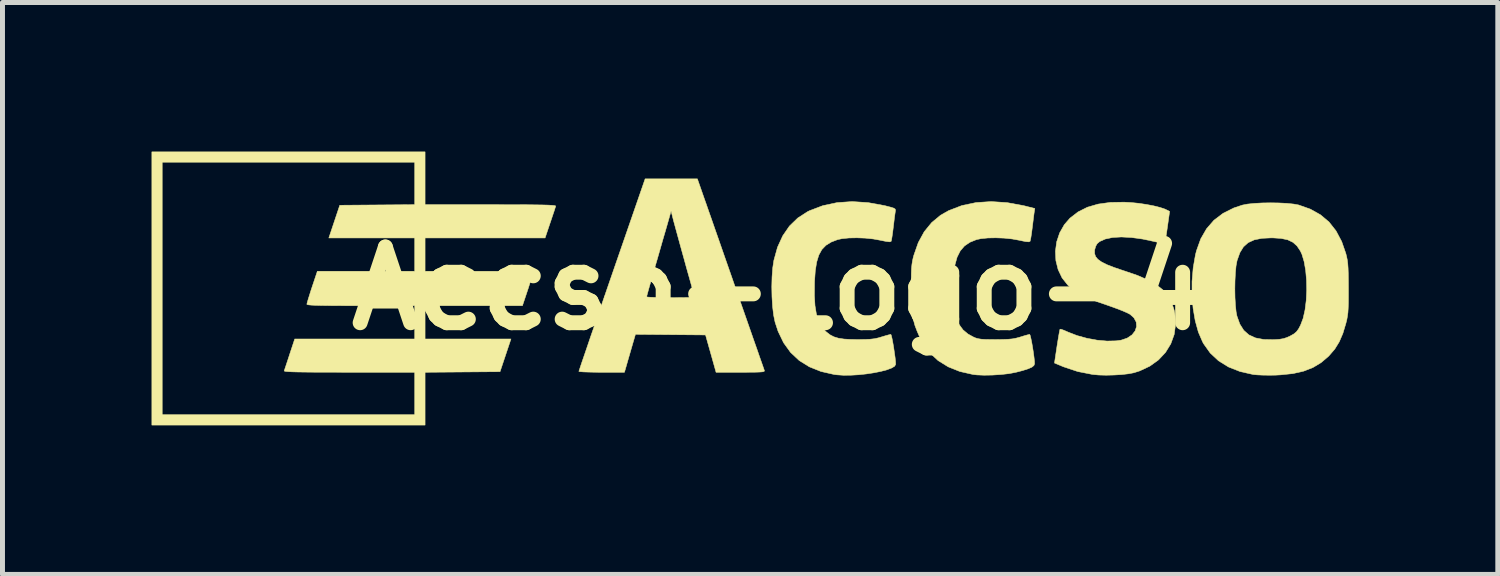
<source format=kicad_pcb>
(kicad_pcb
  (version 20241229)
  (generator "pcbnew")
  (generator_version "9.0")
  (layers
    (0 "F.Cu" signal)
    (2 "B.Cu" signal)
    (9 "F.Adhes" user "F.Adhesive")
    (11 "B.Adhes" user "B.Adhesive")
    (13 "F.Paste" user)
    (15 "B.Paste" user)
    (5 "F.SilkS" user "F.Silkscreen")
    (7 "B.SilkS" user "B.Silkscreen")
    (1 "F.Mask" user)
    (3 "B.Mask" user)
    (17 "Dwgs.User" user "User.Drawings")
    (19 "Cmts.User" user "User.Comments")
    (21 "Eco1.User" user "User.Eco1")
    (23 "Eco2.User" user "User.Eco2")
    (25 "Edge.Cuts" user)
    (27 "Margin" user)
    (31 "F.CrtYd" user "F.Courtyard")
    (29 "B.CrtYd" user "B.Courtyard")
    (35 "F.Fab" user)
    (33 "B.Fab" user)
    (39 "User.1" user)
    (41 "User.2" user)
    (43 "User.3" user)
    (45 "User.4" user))
  (footprint "Accso-Logo-4"
    (layer "F.Cu")
    (at 12.613 2.753)
    (property "Reference" "Accso-Logo-4" (at 0 0 0) (layer "F.SilkS") (effects (font (size 1.524 1.524) (thickness 0.3))))
    (attr through_hole)
    (fp_poly (pts (xy -7.112 -1.686) (xy -5.794 -1.686) (xy -5.504 -1.685) (xy -5.257 -1.685) (xy -5.05 -1.684) (xy -4.881 -1.682) (xy -4.746 -1.68) (xy -4.642 -1.677) (xy -4.567 -1.673) (xy -4.518 -1.669) (xy -4.491 -1.663) (xy -4.484 -1.657) (xy -4.494 -1.625) (xy -4.515 -1.559) (xy -4.546 -1.467) (xy -4.583 -1.357) (xy -4.595 -1.322) (xy -4.698 -1.016) (xy -7.112 -1.016) (xy -7.112 -0.346) (xy -6.027 -0.346) (xy -5.764 -0.346) (xy -5.545 -0.345) (xy -5.365 -0.344) (xy -5.222 -0.342) (xy -5.112 -0.339) (xy -5.032 -0.335) (xy -4.979 -0.33) (xy -4.95 -0.324) (xy -4.941 -0.318) (xy -4.948 -0.286) (xy -4.968 -0.22) (xy -4.997 -0.127) (xy -5.032 -0.016) (xy -5.047 0.029) (xy -5.153 0.346) (xy -7.112 0.346) (xy -7.112 1.016) (xy -5.384 1.016) (xy -5.494 1.345) (xy -5.604 1.674) (xy -7.112 1.686) (xy -7.112 2.748) (xy -12.608 2.748) (xy -12.608 -2.54) (xy -12.4 -2.54) (xy -12.4 2.54) (xy -7.32 2.54) (xy -7.32 1.686) (xy -8.638 1.686) (xy -8.929 1.685) (xy -9.175 1.685) (xy -9.382 1.684) (xy -9.551 1.682) (xy -9.686 1.68) (xy -9.789 1.677) (xy -9.864 1.673) (xy -9.913 1.669) (xy -9.94 1.663) (xy -9.946 1.657) (xy -9.946 1.657) (xy -9.935 1.625) (xy -9.913 1.559) (xy -9.882 1.466) (xy -9.846 1.356) (xy -9.835 1.322) (xy -9.734 1.016) (xy -7.32 1.016) (xy -7.32 0.346) (xy -8.405 0.346) (xy -8.668 0.346) (xy -8.887 0.345) (xy -9.067 0.344) (xy -9.21 0.342) (xy -9.32 0.339) (xy -9.4 0.335) (xy -9.453 0.33) (xy -9.482 0.324) (xy -9.49 0.318) (xy -9.483 0.286) (xy -9.464 0.22) (xy -9.435 0.127) (xy -9.4 0.016) (xy -9.385 -0.029) (xy -9.279 -0.346) (xy -7.32 -0.346) (xy -7.32 -1.016) (xy -9.048 -1.016) (xy -8.938 -1.345) (xy -8.828 -1.674) (xy -8.074 -1.68) (xy -7.32 -1.686) (xy -7.32 -2.54) (xy -12.4 -2.54) (xy -12.608 -2.54) (xy -12.608 -2.748) (xy -7.112 -2.748) (xy -7.112 -1.686)) (stroke (width 0.01) (type solid)) (fill yes) (layer "F.SilkS"))
    (fp_poly (pts (xy 1.801 -1.727) (xy 2.135 -1.666) (xy 2.166 -1.658) (xy 2.259 -1.634) (xy 2.316 -1.616) (xy 2.344 -1.598) (xy 2.352 -1.577) (xy 2.348 -1.549) (xy 2.341 -1.502) (xy 2.33 -1.422) (xy 2.318 -1.32) (xy 2.307 -1.23) (xy 2.294 -1.124) (xy 2.281 -1.035) (xy 2.27 -0.972) (xy 2.263 -0.947) (xy 2.234 -0.938) (xy 2.165 -0.946) (xy 2.055 -0.968) (xy 2.047 -0.97) (xy 1.904 -0.996) (xy 1.742 -1.013) (xy 1.575 -1.019) (xy 1.415 -1.016) (xy 1.276 -1.002) (xy 1.187 -0.983) (xy 1.057 -0.933) (xy 0.952 -0.868) (xy 0.87 -0.783) (xy 0.809 -0.672) (xy 0.766 -0.532) (xy 0.738 -0.357) (xy 0.723 -0.142) (xy 0.722 -0.099) (xy 0.72 0.144) (xy 0.732 0.346) (xy 0.76 0.514) (xy 0.803 0.652) (xy 0.864 0.765) (xy 0.943 0.859) (xy 0.961 0.875) (xy 1.034 0.932) (xy 1.113 0.973) (xy 1.205 1.001) (xy 1.319 1.018) (xy 1.465 1.026) (xy 1.593 1.027) (xy 1.734 1.026) (xy 1.841 1.021) (xy 1.928 1.011) (xy 2.006 0.994) (xy 2.07 0.975) (xy 2.153 0.95) (xy 2.219 0.932) (xy 2.256 0.924) (xy 2.258 0.924) (xy 2.267 0.945) (xy 2.281 1.002) (xy 2.297 1.084) (xy 2.314 1.182) (xy 2.329 1.286) (xy 2.343 1.385) (xy 2.352 1.468) (xy 2.355 1.527) (xy 2.355 1.527) (xy 2.333 1.565) (xy 2.272 1.601) (xy 2.178 1.636) (xy 2.058 1.668) (xy 1.918 1.696) (xy 1.767 1.719) (xy 1.609 1.736) (xy 1.453 1.745) (xy 1.304 1.746) (xy 1.17 1.737) (xy 1.121 1.731) (xy 0.853 1.67) (xy 0.618 1.576) (xy 0.414 1.449) (xy 0.242 1.288) (xy 0.101 1.093) (xy -0.01 0.863) (xy -0.071 0.678) (xy -0.1 0.537) (xy -0.121 0.364) (xy -0.133 0.169) (xy -0.137 -0.034) (xy -0.132 -0.232) (xy -0.118 -0.415) (xy -0.095 -0.566) (xy -0.022 -0.829) (xy 0.083 -1.059) (xy 0.218 -1.255) (xy 0.385 -1.417) (xy 0.583 -1.545) (xy 0.624 -1.565) (xy 0.89 -1.666) (xy 1.176 -1.727) (xy 1.48 -1.748) (xy 1.801 -1.727)) (stroke (width 0.01) (type solid)) (fill yes) (layer "F.SilkS"))
    (fp_poly (pts (xy 4.597 -1.727) (xy 4.933 -1.665) (xy 4.961 -1.658) (xy 5.154 -1.609) (xy 5.141 -1.526) (xy 5.133 -1.467) (xy 5.122 -1.377) (xy 5.109 -1.271) (xy 5.101 -1.208) (xy 5.088 -1.107) (xy 5.075 -1.023) (xy 5.063 -0.965) (xy 5.058 -0.948) (xy 5.032 -0.938) (xy 4.971 -0.943) (xy 4.872 -0.963) (xy 4.841 -0.97) (xy 4.698 -0.996) (xy 4.536 -1.013) (xy 4.369 -1.019) (xy 4.209 -1.016) (xy 4.07 -1.002) (xy 3.981 -0.983) (xy 3.847 -0.929) (xy 3.739 -0.855) (xy 3.654 -0.756) (xy 3.59 -0.628) (xy 3.546 -0.469) (xy 3.52 -0.274) (xy 3.511 -0.039) (xy 3.511 0) (xy 3.517 0.237) (xy 3.539 0.434) (xy 3.577 0.597) (xy 3.633 0.728) (xy 3.71 0.833) (xy 3.809 0.916) (xy 3.914 0.974) (xy 3.964 0.996) (xy 4.014 1.01) (xy 4.073 1.02) (xy 4.151 1.025) (xy 4.258 1.027) (xy 4.364 1.028) (xy 4.507 1.026) (xy 4.616 1.022) (xy 4.702 1.014) (xy 4.776 1) (xy 4.851 0.98) (xy 4.864 0.976) (xy 4.947 0.95) (xy 5.013 0.932) (xy 5.049 0.924) (xy 5.051 0.924) (xy 5.061 0.945) (xy 5.075 1.002) (xy 5.092 1.084) (xy 5.109 1.182) (xy 5.125 1.284) (xy 5.138 1.382) (xy 5.147 1.464) (xy 5.149 1.516) (xy 5.136 1.55) (xy 5.095 1.583) (xy 5.02 1.616) (xy 4.907 1.652) (xy 4.771 1.687) (xy 4.636 1.713) (xy 4.475 1.731) (xy 4.303 1.742) (xy 4.135 1.745) (xy 3.988 1.739) (xy 3.915 1.731) (xy 3.646 1.67) (xy 3.411 1.576) (xy 3.208 1.45) (xy 3.038 1.292) (xy 2.9 1.101) (xy 2.842 0.988) (xy 2.786 0.859) (xy 2.742 0.743) (xy 2.711 0.627) (xy 2.689 0.505) (xy 2.676 0.365) (xy 2.669 0.199) (xy 2.667 -0.004) (xy 2.667 -0.012) (xy 2.668 -0.176) (xy 2.67 -0.303) (xy 2.674 -0.402) (xy 2.682 -0.483) (xy 2.693 -0.553) (xy 2.708 -0.622) (xy 2.721 -0.669) (xy 2.81 -0.923) (xy 2.929 -1.141) (xy 3.079 -1.325) (xy 3.259 -1.474) (xy 3.421 -1.566) (xy 3.687 -1.668) (xy 3.972 -1.728) (xy 4.276 -1.748) (xy 4.597 -1.727)) (stroke (width 0.01) (type solid)) (fill yes) (layer "F.SilkS"))
    (fp_poly (pts (xy -1.489 -1.79) (xy -1.455 -1.695) (xy -1.409 -1.562) (xy -1.35 -1.395) (xy -1.282 -1.199) (xy -1.205 -0.98) (xy -1.122 -0.741) (xy -1.034 -0.489) (xy -0.943 -0.229) (xy -0.851 0.036) (xy -0.822 0.118) (xy -0.734 0.37) (xy -0.65 0.61) (xy -0.572 0.833) (xy -0.501 1.037) (xy -0.437 1.218) (xy -0.384 1.372) (xy -0.34 1.496) (xy -0.309 1.585) (xy -0.291 1.637) (xy -0.287 1.648) (xy -0.285 1.66) (xy -0.296 1.67) (xy -0.325 1.677) (xy -0.376 1.681) (xy -0.456 1.684) (xy -0.57 1.685) (xy -0.723 1.686) (xy -0.765 1.686) (xy -1.258 1.686) (xy -1.364 1.31) (xy -1.47 0.935) (xy -2.175 0.929) (xy -2.88 0.923) (xy -2.966 1.218) (xy -3 1.336) (xy -3.032 1.446) (xy -3.058 1.537) (xy -3.075 1.596) (xy -3.076 1.599) (xy -3.101 1.686) (xy -3.56 1.686) (xy -3.699 1.685) (xy -3.822 1.682) (xy -3.92 1.679) (xy -3.988 1.674) (xy -4.017 1.669) (xy -4.018 1.668) (xy -4.01 1.644) (xy -3.989 1.58) (xy -3.955 1.478) (xy -3.908 1.342) (xy -3.851 1.175) (xy -3.785 0.98) (xy -3.709 0.761) (xy -3.626 0.519) (xy -3.537 0.259) (xy -3.505 0.167) (xy -2.655 0.167) (xy -2.633 0.173) (xy -2.572 0.177) (xy -2.478 0.181) (xy -2.358 0.183) (xy -2.219 0.185) (xy -2.169 0.185) (xy -2.007 0.184) (xy -1.886 0.183) (xy -1.8 0.181) (xy -1.743 0.177) (xy -1.71 0.171) (xy -1.696 0.162) (xy -1.693 0.15) (xy -1.695 0.144) (xy -1.71 0.092) (xy -1.736 0.002) (xy -1.769 -0.118) (xy -1.809 -0.26) (xy -1.854 -0.419) (xy -1.9 -0.587) (xy -1.947 -0.756) (xy -1.992 -0.919) (xy -2.033 -1.069) (xy -2.069 -1.2) (xy -2.097 -1.303) (xy -2.116 -1.372) (xy -2.119 -1.385) (xy -2.163 -1.559) (xy -2.202 -1.42) (xy -2.218 -1.364) (xy -2.245 -1.269) (xy -2.281 -1.144) (xy -2.325 -0.995) (xy -2.373 -0.827) (xy -2.424 -0.649) (xy -2.448 -0.566) (xy -2.499 -0.392) (xy -2.544 -0.232) (xy -2.584 -0.092) (xy -2.617 0.024) (xy -2.64 0.108) (xy -2.653 0.157) (xy -2.655 0.167) (xy -3.505 0.167) (xy -3.442 -0.016) (xy -3.352 -0.277) (xy -2.685 -2.205) (xy -1.634 -2.205) (xy -1.489 -1.79)) (stroke (width 0.01) (type solid)) (fill yes) (layer "F.SilkS"))
    (fp_poly (pts (xy 7.095 -1.728) (xy 7.244 -1.713) (xy 7.398 -1.69) (xy 7.545 -1.662) (xy 7.673 -1.63) (xy 7.772 -1.597) (xy 7.801 -1.583) (xy 7.866 -1.55) (xy 7.821 -1.231) (xy 7.804 -1.115) (xy 7.789 -1.017) (xy 7.777 -0.945) (xy 7.769 -0.907) (xy 7.768 -0.903) (xy 7.744 -0.904) (xy 7.685 -0.915) (xy 7.604 -0.933) (xy 7.569 -0.942) (xy 7.325 -0.994) (xy 7.1 -1.025) (xy 6.896 -1.036) (xy 6.719 -1.026) (xy 6.572 -0.995) (xy 6.46 -0.945) (xy 6.408 -0.901) (xy 6.379 -0.849) (xy 6.359 -0.78) (xy 6.357 -0.77) (xy 6.357 -0.701) (xy 6.377 -0.641) (xy 6.423 -0.586) (xy 6.497 -0.533) (xy 6.604 -0.479) (xy 6.748 -0.423) (xy 6.933 -0.36) (xy 6.973 -0.347) (xy 7.223 -0.261) (xy 7.43 -0.171) (xy 7.599 -0.075) (xy 7.732 0.03) (xy 7.833 0.148) (xy 7.907 0.281) (xy 7.956 0.433) (xy 7.971 0.505) (xy 7.986 0.72) (xy 7.958 0.925) (xy 7.889 1.115) (xy 7.783 1.287) (xy 7.641 1.438) (xy 7.467 1.563) (xy 7.262 1.659) (xy 7.145 1.696) (xy 7.04 1.716) (xy 6.903 1.732) (xy 6.748 1.741) (xy 6.589 1.745) (xy 6.441 1.741) (xy 6.318 1.73) (xy 6.018 1.671) (xy 5.736 1.577) (xy 5.713 1.568) (xy 5.55 1.5) (xy 5.6 1.165) (xy 5.619 1.046) (xy 5.636 0.944) (xy 5.65 0.868) (xy 5.659 0.825) (xy 5.662 0.819) (xy 5.687 0.822) (xy 5.742 0.842) (xy 5.815 0.874) (xy 5.821 0.877) (xy 6.002 0.947) (xy 6.201 1.002) (xy 6.407 1.04) (xy 6.607 1.058) (xy 6.788 1.054) (xy 6.89 1.04) (xy 7.014 0.998) (xy 7.109 0.934) (xy 7.172 0.854) (xy 7.201 0.766) (xy 7.194 0.676) (xy 7.148 0.59) (xy 7.07 0.52) (xy 7.018 0.493) (xy 6.932 0.455) (xy 6.821 0.411) (xy 6.694 0.365) (xy 6.603 0.333) (xy 6.407 0.265) (xy 6.249 0.204) (xy 6.12 0.146) (xy 6.015 0.088) (xy 5.926 0.027) (xy 5.845 -0.042) (xy 5.817 -0.069) (xy 5.702 -0.214) (xy 5.623 -0.38) (xy 5.578 -0.561) (xy 5.569 -0.749) (xy 5.594 -0.938) (xy 5.654 -1.118) (xy 5.748 -1.284) (xy 5.862 -1.415) (xy 6.024 -1.54) (xy 6.211 -1.634) (xy 6.426 -1.697) (xy 6.672 -1.731) (xy 6.95 -1.736) (xy 7.095 -1.728)) (stroke (width 0.01) (type solid)) (fill yes) (layer "F.SilkS"))
    (fp_poly (pts (xy 10.066 -1.72) (xy 10.225 -1.712) (xy 10.361 -1.698) (xy 10.46 -1.68) (xy 10.697 -1.596) (xy 10.901 -1.482) (xy 11.073 -1.337) (xy 11.214 -1.158) (xy 11.328 -0.943) (xy 11.412 -0.7) (xy 11.428 -0.634) (xy 11.441 -0.569) (xy 11.45 -0.497) (xy 11.456 -0.41) (xy 11.46 -0.299) (xy 11.462 -0.157) (xy 11.463 -0.012) (xy 11.463 0.161) (xy 11.462 0.295) (xy 11.458 0.401) (xy 11.453 0.485) (xy 11.443 0.557) (xy 11.431 0.626) (xy 11.413 0.698) (xy 11.412 0.702) (xy 11.351 0.905) (xy 11.278 1.074) (xy 11.188 1.22) (xy 11.074 1.352) (xy 11.063 1.364) (xy 10.914 1.491) (xy 10.75 1.59) (xy 10.563 1.663) (xy 10.348 1.712) (xy 10.099 1.738) (xy 9.987 1.744) (xy 9.859 1.745) (xy 9.733 1.743) (xy 9.624 1.738) (xy 9.549 1.731) (xy 9.283 1.671) (xy 9.05 1.579) (xy 8.85 1.455) (xy 8.683 1.299) (xy 8.549 1.111) (xy 8.528 1.072) (xy 8.444 0.877) (xy 8.381 0.649) (xy 8.338 0.398) (xy 8.316 0.13) (xy 8.317 0.015) (xy 9.178 0.015) (xy 9.181 0.184) (xy 9.19 0.34) (xy 9.204 0.472) (xy 9.22 0.554) (xy 9.278 0.716) (xy 9.357 0.842) (xy 9.461 0.934) (xy 9.594 0.995) (xy 9.758 1.026) (xy 9.958 1.03) (xy 9.96 1.03) (xy 10.072 1.023) (xy 10.156 1.009) (xy 10.229 0.985) (xy 10.294 0.955) (xy 10.368 0.913) (xy 10.418 0.871) (xy 10.46 0.814) (xy 10.5 0.738) (xy 10.552 0.601) (xy 10.59 0.432) (xy 10.614 0.241) (xy 10.624 0.038) (xy 10.62 -0.166) (xy 10.603 -0.362) (xy 10.572 -0.54) (xy 10.527 -0.689) (xy 10.496 -0.755) (xy 10.428 -0.856) (xy 10.346 -0.929) (xy 10.242 -0.979) (xy 10.108 -1.007) (xy 9.939 -1.018) (xy 9.913 -1.018) (xy 9.722 -1.009) (xy 9.568 -0.978) (xy 9.446 -0.922) (xy 9.351 -0.837) (xy 9.279 -0.72) (xy 9.225 -0.568) (xy 9.221 -0.554) (xy 9.202 -0.451) (xy 9.189 -0.314) (xy 9.181 -0.155) (xy 9.178 0.015) (xy 8.317 0.015) (xy 8.317 -0.143) (xy 8.34 -0.414) (xy 8.385 -0.674) (xy 8.407 -0.761) (xy 8.492 -0.998) (xy 8.609 -1.201) (xy 8.758 -1.373) (xy 8.942 -1.512) (xy 9.158 -1.62) (xy 9.329 -1.677) (xy 9.43 -1.697) (xy 9.566 -1.711) (xy 9.725 -1.72) (xy 9.896 -1.723) (xy 10.066 -1.72)) (stroke (width 0.01) (type solid)) (fill yes) (layer "F.SilkS")))
  (gr_rect
    (start -3 -3)
    (end 27.081 8.506)
    (stroke (width 0.1) (type default))
    (fill no)
    (layer "Edge.Cuts")))
</source>
